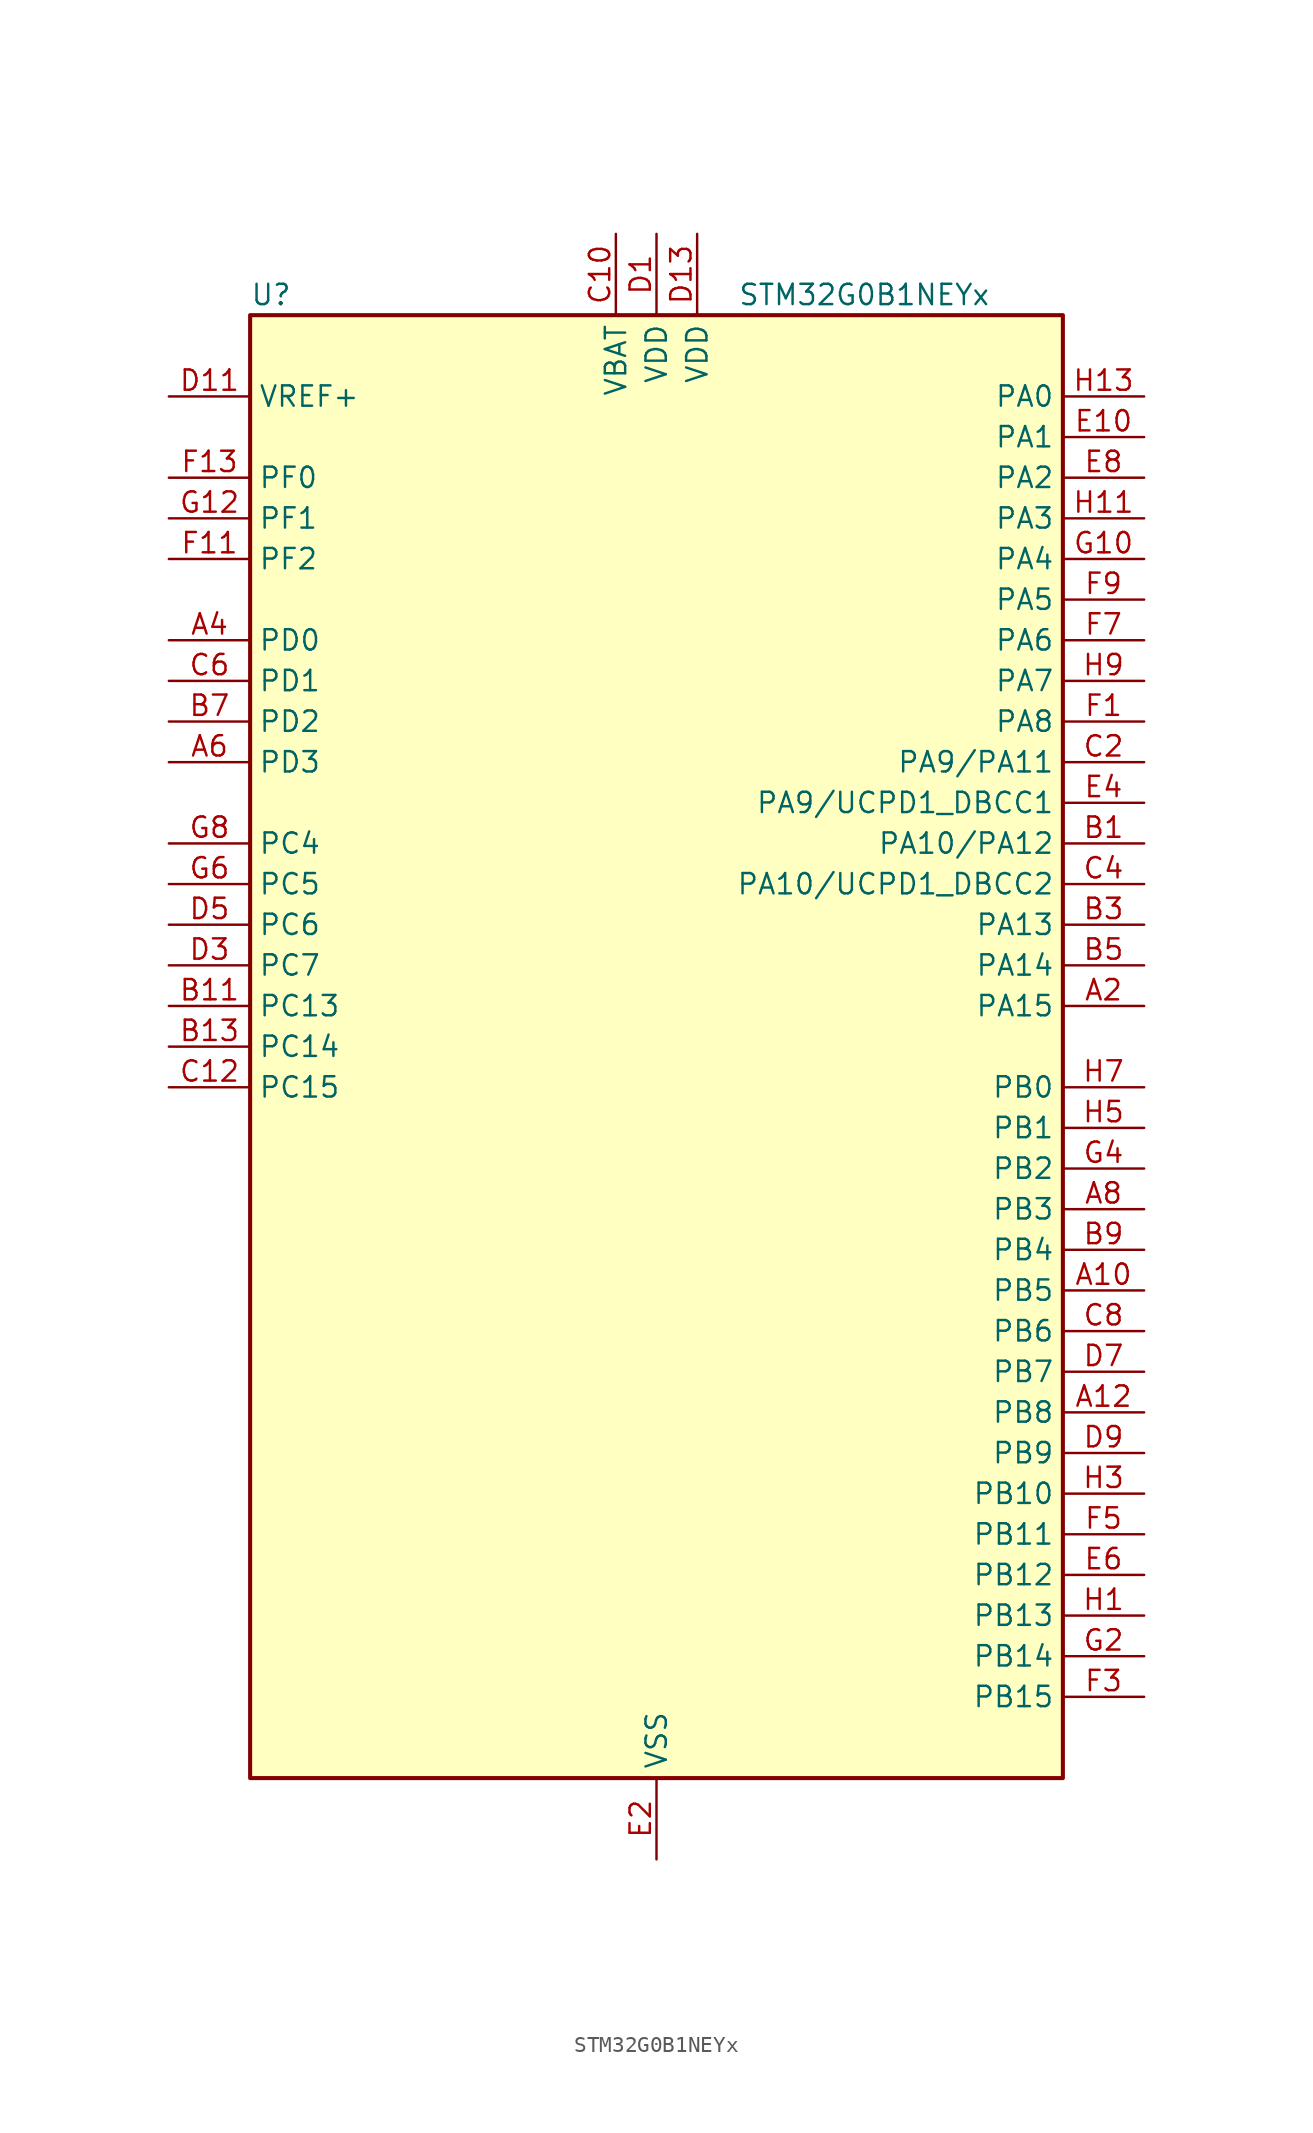
<source format=kicad_sym>
(kicad_symbol_lib
  (version 20241209)
  (generator "kicad_symbol_editor")
  (generator_version "9.0")
  (symbol "STM32G0B1NEYx"
    (property "Reference" "U"
      (at -25.4 46.99 0)
      (effects (font (size 1.27 1.27)) (justify left)))
    (property "Value" "STM32G0B1NEYx"
      (at 5.08 46.99 0)
      (effects (font (size 1.27 1.27)) (justify left)))
    (symbol "STM32G0B1NEYx_0_1"
      (rectangle (start -25.4 -45.72) (end 25.4 45.72) (stroke (width 0.254) (type default)) (fill (type background))))
    (symbol "STM32G0B1NEYx_1_1"
      (pin input line (at -30.48 40.64 0) (length 5.08) (name "VREF+" (effects (font (size 1.27 1.27)))) (number "D11" (effects (font (size 1.27 1.27)))) (alternate "VREFBUF_OUT" bidirectional line))
      (pin bidirectional line (at -30.48 35.56 0) (length 5.08) (name "PF0" (effects (font (size 1.27 1.27)))) (number "F13" (effects (font (size 1.27 1.27)))) (alternate "CRS1_SYNC" bidirectional line) (alternate "RCC_OSC_IN" bidirectional line) (alternate "TIM14_CH1" bidirectional line))
      (pin bidirectional line (at -30.48 33.02 0) (length 5.08) (name "PF1" (effects (font (size 1.27 1.27)))) (number "G12" (effects (font (size 1.27 1.27)))) (alternate "RCC_OSC_EN" bidirectional line) (alternate "RCC_OSC_OUT" bidirectional line) (alternate "TIM15_CH1N" bidirectional line))
      (pin bidirectional line (at -30.48 30.48 0) (length 5.08) (name "PF2" (effects (font (size 1.27 1.27)))) (number "F11" (effects (font (size 1.27 1.27)))) (alternate "LPUART2_DE" bidirectional line) (alternate "LPUART2_RTS" bidirectional line) (alternate "LPUART2_TX" bidirectional line) (alternate "RCC_MCO" bidirectional line))
      (pin bidirectional line (at -30.48 25.4 0) (length 5.08) (name "PD0" (effects (font (size 1.27 1.27)))) (number "A4" (effects (font (size 1.27 1.27)))) (alternate "FDCAN1_RX" bidirectional line) (alternate "I2S2_WS" bidirectional line) (alternate "SPI2_NSS" bidirectional line) (alternate "TIM16_CH1" bidirectional line) (alternate "UCPD2_CC1" bidirectional line))
      (pin bidirectional line (at -30.48 22.86 0) (length 5.08) (name "PD1" (effects (font (size 1.27 1.27)))) (number "C6" (effects (font (size 1.27 1.27)))) (alternate "FDCAN1_TX" bidirectional line) (alternate "I2S2_CK" bidirectional line) (alternate "SPI2_SCK" bidirectional line) (alternate "TIM17_CH1" bidirectional line) (alternate "UCPD2_DBCC1" bidirectional line))
      (pin bidirectional line (at -30.48 20.32 0) (length 5.08) (name "PD2" (effects (font (size 1.27 1.27)))) (number "B7" (effects (font (size 1.27 1.27)))) (alternate "TIM1_CH1N" bidirectional line) (alternate "TIM3_ETR" bidirectional line) (alternate "UCPD2_CC2" bidirectional line) (alternate "USART3_CK" bidirectional line) (alternate "USART3_DE" bidirectional line) (alternate "USART3_RTS" bidirectional line) (alternate "USART5_RX" bidirectional line))
      (pin bidirectional line (at -30.48 17.78 0) (length 5.08) (name "PD3" (effects (font (size 1.27 1.27)))) (number "A6" (effects (font (size 1.27 1.27)))) (alternate "I2S2_MCK" bidirectional line) (alternate "SPI2_MISO" bidirectional line) (alternate "TIM1_CH2N" bidirectional line) (alternate "UCPD2_DBCC2" bidirectional line) (alternate "USART2_CTS" bidirectional line) (alternate "USART2_NSS" bidirectional line) (alternate "USART5_TX" bidirectional line))
      (pin bidirectional line (at -30.48 12.7 0) (length 5.08) (name "PC4" (effects (font (size 1.27 1.27)))) (number "G8" (effects (font (size 1.27 1.27)))) (alternate "ADC1_IN17" bidirectional line) (alternate "COMP1_INM" bidirectional line) (alternate "FDCAN1_RX" bidirectional line) (alternate "TIM2_CH1" bidirectional line) (alternate "TIM2_ETR" bidirectional line) (alternate "USART1_TX" bidirectional line) (alternate "USART3_TX" bidirectional line))
      (pin bidirectional line (at -30.48 10.16 0) (length 5.08) (name "PC5" (effects (font (size 1.27 1.27)))) (number "G6" (effects (font (size 1.27 1.27)))) (alternate "ADC1_IN18" bidirectional line) (alternate "COMP1_INP" bidirectional line) (alternate "FDCAN1_TX" bidirectional line) (alternate "SYS_WKUP5" bidirectional line) (alternate "TIM2_CH2" bidirectional line) (alternate "USART1_RX" bidirectional line) (alternate "USART3_RX" bidirectional line))
      (pin bidirectional line (at -30.48 7.62 0) (length 5.08) (name "PC6" (effects (font (size 1.27 1.27)))) (number "D5" (effects (font (size 1.27 1.27)))) (alternate "LPUART2_TX" bidirectional line) (alternate "TIM2_CH3" bidirectional line) (alternate "TIM3_CH1" bidirectional line) (alternate "UCPD1_FRSTX1" bidirectional line) (alternate "UCPD1_FRSTX2" bidirectional line))
      (pin bidirectional line (at -30.48 5.08 0) (length 5.08) (name "PC7" (effects (font (size 1.27 1.27)))) (number "D3" (effects (font (size 1.27 1.27)))) (alternate "LPUART2_RX" bidirectional line) (alternate "TIM2_CH4" bidirectional line) (alternate "TIM3_CH2" bidirectional line) (alternate "UCPD2_FRSTX1" bidirectional line) (alternate "UCPD2_FRSTX2" bidirectional line))
      (pin bidirectional line (at -30.48 2.54 0) (length 5.08) (name "PC13" (effects (font (size 1.27 1.27)))) (number "B11" (effects (font (size 1.27 1.27)))) (alternate "RTC_OUT1" bidirectional line) (alternate "RTC_TAMP_IN1" bidirectional line) (alternate "RTC_TS" bidirectional line) (alternate "SYS_WKUP2" bidirectional line) (alternate "TIM1_BK" bidirectional line))
      (pin bidirectional line (at -30.48 0 0) (length 5.08) (name "PC14" (effects (font (size 1.27 1.27)))) (number "B13" (effects (font (size 1.27 1.27)))) (alternate "RCC_OSC32_IN" bidirectional line) (alternate "TIM1_BK2" bidirectional line))
      (pin bidirectional line (at -30.48 -2.54 0) (length 5.08) (name "PC15" (effects (font (size 1.27 1.27)))) (number "C12" (effects (font (size 1.27 1.27)))) (alternate "RCC_OSC32_EN" bidirectional line) (alternate "RCC_OSC32_OUT" bidirectional line) (alternate "RCC_OSC_EN" bidirectional line) (alternate "TIM15_BK" bidirectional line))
      (pin power_in line (at -2.54 50.8 270) (length 5.08) (name "VBAT" (effects (font (size 1.27 1.27)))) (number "C10" (effects (font (size 1.27 1.27)))))
      (pin power_in line (at 0 50.8 270) (length 5.08) (name "VDD" (effects (font (size 1.27 1.27)))) (number "D1" (effects (font (size 1.27 1.27)))))
      (pin passive line (at 0 -50.8 90) (length 5.08) (hide yes) (name "VSS" (effects (font (size 1.27 1.27)))) (number "E12" (effects (font (size 1.27 1.27)))))
      (pin power_in line (at 0 -50.8 90) (length 5.08) (name "VSS" (effects (font (size 1.27 1.27)))) (number "E2" (effects (font (size 1.27 1.27)))))
      (pin power_in line (at 2.54 50.8 270) (length 5.08) (name "VDD" (effects (font (size 1.27 1.27)))) (number "D13" (effects (font (size 1.27 1.27)))))
      (pin bidirectional line (at 30.48 40.64 180) (length 5.08) (name "PA0" (effects (font (size 1.27 1.27)))) (number "H13" (effects (font (size 1.27 1.27)))) (alternate "ADC1_IN0" bidirectional line) (alternate "COMP1_INM" bidirectional line) (alternate "COMP1_OUT" bidirectional line) (alternate "I2S2_CK" bidirectional line) (alternate "LPTIM1_OUT" bidirectional line) (alternate "RTC_TAMP_IN2" bidirectional line) (alternate "SPI2_SCK" bidirectional line) (alternate "SYS_WKUP1" bidirectional line) (alternate "TIM2_CH1" bidirectional line) (alternate "TIM2_ETR" bidirectional line) (alternate "UCPD2_FRSTX1" bidirectional line) (alternate "UCPD2_FRSTX2" bidirectional line) (alternate "USART2_CTS" bidirectional line) (alternate "USART2_NSS" bidirectional line) (alternate "USART4_TX" bidirectional line))
      (pin bidirectional line (at 30.48 38.1 180) (length 5.08) (name "PA1" (effects (font (size 1.27 1.27)))) (number "E10" (effects (font (size 1.27 1.27)))) (alternate "ADC1_IN1" bidirectional line) (alternate "COMP1_INP" bidirectional line) (alternate "I2C1_SMBA" bidirectional line) (alternate "I2S1_CK" bidirectional line) (alternate "SPI1_SCK" bidirectional line) (alternate "TIM15_CH1N" bidirectional line) (alternate "TIM2_CH2" bidirectional line) (alternate "USART2_CK" bidirectional line) (alternate "USART2_DE" bidirectional line) (alternate "USART2_RTS" bidirectional line) (alternate "USART4_RX" bidirectional line))
      (pin bidirectional line (at 30.48 35.56 180) (length 5.08) (name "PA2" (effects (font (size 1.27 1.27)))) (number "E8" (effects (font (size 1.27 1.27)))) (alternate "ADC1_IN2" bidirectional line) (alternate "COMP2_INM" bidirectional line) (alternate "COMP2_OUT" bidirectional line) (alternate "I2S1_SD" bidirectional line) (alternate "LPUART1_TX" bidirectional line) (alternate "RCC_LSCO" bidirectional line) (alternate "SPI1_MOSI" bidirectional line) (alternate "SYS_WKUP4" bidirectional line) (alternate "TIM15_CH1" bidirectional line) (alternate "TIM2_CH3" bidirectional line) (alternate "UCPD1_FRSTX1" bidirectional line) (alternate "UCPD1_FRSTX2" bidirectional line) (alternate "USART2_TX" bidirectional line))
      (pin bidirectional line (at 30.48 33.02 180) (length 5.08) (name "PA3" (effects (font (size 1.27 1.27)))) (number "H11" (effects (font (size 1.27 1.27)))) (alternate "ADC1_IN3" bidirectional line) (alternate "COMP2_INP" bidirectional line) (alternate "I2S2_MCK" bidirectional line) (alternate "LPUART1_RX" bidirectional line) (alternate "SPI2_MISO" bidirectional line) (alternate "TIM15_CH2" bidirectional line) (alternate "TIM2_CH4" bidirectional line) (alternate "UCPD2_FRSTX1" bidirectional line) (alternate "UCPD2_FRSTX2" bidirectional line) (alternate "USART2_RX" bidirectional line))
      (pin bidirectional line (at 30.48 30.48 180) (length 5.08) (name "PA4" (effects (font (size 1.27 1.27)))) (number "G10" (effects (font (size 1.27 1.27)))) (alternate "ADC1_IN4" bidirectional line) (alternate "DAC1_OUT1" bidirectional line) (alternate "I2S1_WS" bidirectional line) (alternate "I2S2_SD" bidirectional line) (alternate "LPTIM2_OUT" bidirectional line) (alternate "RTC_OUT2" bidirectional line) (alternate "SPI1_NSS" bidirectional line) (alternate "SPI2_MOSI" bidirectional line) (alternate "SPI3_NSS" bidirectional line) (alternate "TIM14_CH1" bidirectional line) (alternate "UCPD2_FRSTX1" bidirectional line) (alternate "UCPD2_FRSTX2" bidirectional line) (alternate "USART6_TX" bidirectional line) (alternate "USB_NOE" bidirectional line))
      (pin bidirectional line (at 30.48 27.94 180) (length 5.08) (name "PA5" (effects (font (size 1.27 1.27)))) (number "F9" (effects (font (size 1.27 1.27)))) (alternate "ADC1_IN5" bidirectional line) (alternate "CEC" bidirectional line) (alternate "DAC1_OUT2" bidirectional line) (alternate "I2S1_CK" bidirectional line) (alternate "LPTIM2_ETR" bidirectional line) (alternate "SPI1_SCK" bidirectional line) (alternate "TIM2_CH1" bidirectional line) (alternate "TIM2_ETR" bidirectional line) (alternate "UCPD1_FRSTX1" bidirectional line) (alternate "UCPD1_FRSTX2" bidirectional line) (alternate "USART3_TX" bidirectional line) (alternate "USART6_RX" bidirectional line))
      (pin bidirectional line (at 30.48 25.4 180) (length 5.08) (name "PA6" (effects (font (size 1.27 1.27)))) (number "F7" (effects (font (size 1.27 1.27)))) (alternate "ADC1_IN6" bidirectional line) (alternate "COMP1_OUT" bidirectional line) (alternate "I2C2_SDA" bidirectional line) (alternate "I2C3_SDA" bidirectional line) (alternate "I2S1_MCK" bidirectional line) (alternate "LPUART1_CTS" bidirectional line) (alternate "SPI1_MISO" bidirectional line) (alternate "TIM16_CH1" bidirectional line) (alternate "TIM1_BK" bidirectional line) (alternate "TIM3_CH1" bidirectional line) (alternate "USART3_CTS" bidirectional line) (alternate "USART3_NSS" bidirectional line) (alternate "USART6_CTS" bidirectional line) (alternate "USART6_NSS" bidirectional line))
      (pin bidirectional line (at 30.48 22.86 180) (length 5.08) (name "PA7" (effects (font (size 1.27 1.27)))) (number "H9" (effects (font (size 1.27 1.27)))) (alternate "ADC1_IN7" bidirectional line) (alternate "COMP2_OUT" bidirectional line) (alternate "I2C2_SCL" bidirectional line) (alternate "I2C3_SCL" bidirectional line) (alternate "I2S1_SD" bidirectional line) (alternate "SPI1_MOSI" bidirectional line) (alternate "TIM14_CH1" bidirectional line) (alternate "TIM17_CH1" bidirectional line) (alternate "TIM1_CH1N" bidirectional line) (alternate "TIM3_CH2" bidirectional line) (alternate "UCPD1_FRSTX1" bidirectional line) (alternate "UCPD1_FRSTX2" bidirectional line) (alternate "USART6_CK" bidirectional line) (alternate "USART6_DE" bidirectional line) (alternate "USART6_RTS" bidirectional line))
      (pin bidirectional line (at 30.48 20.32 180) (length 5.08) (name "PA8" (effects (font (size 1.27 1.27)))) (number "F1" (effects (font (size 1.27 1.27)))) (alternate "CRS1_SYNC" bidirectional line) (alternate "I2C2_SMBA" bidirectional line) (alternate "I2S2_WS" bidirectional line) (alternate "LPTIM2_OUT" bidirectional line) (alternate "RCC_MCO" bidirectional line) (alternate "SPI2_NSS" bidirectional line) (alternate "TIM1_CH1" bidirectional line) (alternate "UCPD1_CC1" bidirectional line))
      (pin bidirectional line (at 30.48 17.78 180) (length 5.08) (name "PA9/PA11" (effects (font (size 1.27 1.27)))) (number "C2" (effects (font (size 1.27 1.27)))) (alternate "ADC1_EXTI11 (PA11)" bidirectional line) (alternate "COMP1_OUT (PA11)" bidirectional line) (alternate "DAC1_EXTI9 (PA9)" bidirectional line) (alternate "FDCAN1_RX (PA11)" bidirectional line) (alternate "I2C1_SCL (PA9)" bidirectional line) (alternate "I2C2_SCL (PA11)" bidirectional line) (alternate "I2C2_SCL (PA9)" bidirectional line) (alternate "I2S1_MCK (PA11)" bidirectional line) (alternate "I2S2_MCK (PA9)" bidirectional line) (alternate "PA11" bidirectional line) (alternate "PA9" bidirectional line) (alternate "RCC_MCO (PA9)" bidirectional line) (alternate "SPI1_MISO (PA11)" bidirectional line) (alternate "SPI2_MISO (PA9)" bidirectional line) (alternate "TIM15_BK (PA9)" bidirectional line) (alternate "TIM1_BK2 (PA11)" bidirectional line) (alternate "TIM1_CH2 (PA9)" bidirectional line) (alternate "TIM1_CH4 (PA11)" bidirectional line) (alternate "UCPD1_DBCC1 (PA9)" bidirectional line) (alternate "USART1_CTS (PA11)" bidirectional line) (alternate "USART1_NSS (PA11)" bidirectional line) (alternate "USART1_TX (PA9)" bidirectional line) (alternate "USB_DM (PA11)" bidirectional line))
      (pin bidirectional line (at 30.48 15.24 180) (length 5.08) (name "PA9/UCPD1_DBCC1" (effects (font (size 1.27 1.27)))) (number "E4" (effects (font (size 1.27 1.27)))) (alternate "DAC1_EXTI9 (PA9)" bidirectional line) (alternate "I2C1_SCL (PA9)" bidirectional line) (alternate "I2C2_SCL (PA9)" bidirectional line) (alternate "I2S2_MCK (PA9)" bidirectional line) (alternate "PA9" bidirectional line) (alternate "RCC_MCO (PA9)" bidirectional line) (alternate "SPI2_MISO (PA9)" bidirectional line) (alternate "TIM15_BK (PA9)" bidirectional line) (alternate "TIM1_CH2 (PA9)" bidirectional line) (alternate "UCPD1_DBCC1" bidirectional line) (alternate "UCPD1_DBCC1 (PA9)" bidirectional line) (alternate "UCPD1_DBCC1 (UCPD1_DBCC1)" bidirectional line) (alternate "USART1_TX (PA9)" bidirectional line))
      (pin bidirectional line (at 30.48 12.7 180) (length 5.08) (name "PA10/PA12" (effects (font (size 1.27 1.27)))) (number "B1" (effects (font (size 1.27 1.27)))) (alternate "COMP2_OUT (PA12)" bidirectional line) (alternate "FDCAN1_TX (PA12)" bidirectional line) (alternate "I2C1_SDA (PA10)" bidirectional line) (alternate "I2C2_SDA (PA10)" bidirectional line) (alternate "I2C2_SDA (PA12)" bidirectional line) (alternate "I2S1_SD (PA12)" bidirectional line) (alternate "I2S2_SD (PA10)" bidirectional line) (alternate "I2S_CKIN (PA12)" bidirectional line) (alternate "PA10" bidirectional line) (alternate "PA12" bidirectional line) (alternate "RCC_MCO_2 (PA10)" bidirectional line) (alternate "SPI1_MOSI (PA12)" bidirectional line) (alternate "SPI2_MOSI (PA10)" bidirectional line) (alternate "TIM17_BK (PA10)" bidirectional line) (alternate "TIM1_CH3 (PA10)" bidirectional line) (alternate "TIM1_ETR (PA12)" bidirectional line) (alternate "UCPD1_DBCC2 (PA10)" bidirectional line) (alternate "USART1_CK (PA12)" bidirectional line) (alternate "USART1_DE (PA12)" bidirectional line) (alternate "USART1_RTS (PA12)" bidirectional line) (alternate "USART1_RX (PA10)" bidirectional line) (alternate "USB_DP (PA12)" bidirectional line))
      (pin bidirectional line (at 30.48 10.16 180) (length 5.08) (name "PA10/UCPD1_DBCC2" (effects (font (size 1.27 1.27)))) (number "C4" (effects (font (size 1.27 1.27)))) (alternate "I2C1_SDA (PA10)" bidirectional line) (alternate "I2C2_SDA (PA10)" bidirectional line) (alternate "I2S2_SD (PA10)" bidirectional line) (alternate "PA10" bidirectional line) (alternate "RCC_MCO_2 (PA10)" bidirectional line) (alternate "SPI2_MOSI (PA10)" bidirectional line) (alternate "TIM17_BK (PA10)" bidirectional line) (alternate "TIM1_CH3 (PA10)" bidirectional line) (alternate "UCPD1_DBCC2" bidirectional line) (alternate "UCPD1_DBCC2 (PA10)" bidirectional line) (alternate "UCPD1_DBCC2 (UCPD1_DBCC2)" bidirectional line) (alternate "USART1_RX (PA10)" bidirectional line))
      (pin bidirectional line (at 30.48 7.62 180) (length 5.08) (name "PA13" (effects (font (size 1.27 1.27)))) (number "B3" (effects (font (size 1.27 1.27)))) (alternate "IR_OUT" bidirectional line) (alternate "LPUART2_RX" bidirectional line) (alternate "SYS_SWDIO" bidirectional line) (alternate "USB_NOE" bidirectional line))
      (pin bidirectional line (at 30.48 5.08 180) (length 5.08) (name "PA14" (effects (font (size 1.27 1.27)))) (number "B5" (effects (font (size 1.27 1.27)))) (alternate "LPUART2_TX" bidirectional line) (alternate "SYS_SWCLK" bidirectional line) (alternate "USART2_TX" bidirectional line))
      (pin bidirectional line (at 30.48 2.54 180) (length 5.08) (name "PA15" (effects (font (size 1.27 1.27)))) (number "A2" (effects (font (size 1.27 1.27)))) (alternate "I2C2_SMBA" bidirectional line) (alternate "I2S1_WS" bidirectional line) (alternate "RCC_MCO_2" bidirectional line) (alternate "SPI1_NSS" bidirectional line) (alternate "SPI3_NSS" bidirectional line) (alternate "TIM2_CH1" bidirectional line) (alternate "TIM2_ETR" bidirectional line) (alternate "USART2_RX" bidirectional line) (alternate "USART3_CK" bidirectional line) (alternate "USART3_DE" bidirectional line) (alternate "USART3_RTS" bidirectional line) (alternate "USART4_CK" bidirectional line) (alternate "USART4_DE" bidirectional line) (alternate "USART4_RTS" bidirectional line) (alternate "USB_NOE" bidirectional line))
      (pin bidirectional line (at 30.48 -2.54 180) (length 5.08) (name "PB0" (effects (font (size 1.27 1.27)))) (number "H7" (effects (font (size 1.27 1.27)))) (alternate "ADC1_IN8" bidirectional line) (alternate "COMP1_OUT" bidirectional line) (alternate "COMP3_INP" bidirectional line) (alternate "FDCAN2_RX" bidirectional line) (alternate "I2S1_WS" bidirectional line) (alternate "LPTIM1_OUT" bidirectional line) (alternate "LPUART2_CTS" bidirectional line) (alternate "SPI1_NSS" bidirectional line) (alternate "TIM1_CH2N" bidirectional line) (alternate "TIM3_CH3" bidirectional line) (alternate "UCPD1_FRSTX1" bidirectional line) (alternate "UCPD1_FRSTX2" bidirectional line) (alternate "USART3_RX" bidirectional line) (alternate "USART5_TX" bidirectional line))
      (pin bidirectional line (at 30.48 -5.08 180) (length 5.08) (name "PB1" (effects (font (size 1.27 1.27)))) (number "H5" (effects (font (size 1.27 1.27)))) (alternate "ADC1_IN9" bidirectional line) (alternate "COMP1_INM" bidirectional line) (alternate "COMP3_OUT" bidirectional line) (alternate "FDCAN2_TX" bidirectional line) (alternate "LPTIM2_IN1" bidirectional line) (alternate "LPUART1_DE" bidirectional line) (alternate "LPUART1_RTS" bidirectional line) (alternate "LPUART2_DE" bidirectional line) (alternate "LPUART2_RTS" bidirectional line) (alternate "TIM14_CH1" bidirectional line) (alternate "TIM1_CH3N" bidirectional line) (alternate "TIM3_CH4" bidirectional line) (alternate "USART3_CK" bidirectional line) (alternate "USART3_DE" bidirectional line) (alternate "USART3_RTS" bidirectional line) (alternate "USART5_RX" bidirectional line))
      (pin bidirectional line (at 30.48 -7.62 180) (length 5.08) (name "PB2" (effects (font (size 1.27 1.27)))) (number "G4" (effects (font (size 1.27 1.27)))) (alternate "ADC1_IN10" bidirectional line) (alternate "COMP1_INP" bidirectional line) (alternate "COMP3_INM" bidirectional line) (alternate "I2S2_MCK" bidirectional line) (alternate "LPTIM1_OUT" bidirectional line) (alternate "RCC_MCO_2" bidirectional line) (alternate "SPI2_MISO" bidirectional line) (alternate "USART3_TX" bidirectional line))
      (pin bidirectional line (at 30.48 -10.16 180) (length 5.08) (name "PB3" (effects (font (size 1.27 1.27)))) (number "A8" (effects (font (size 1.27 1.27)))) (alternate "COMP2_INM" bidirectional line) (alternate "I2C2_SCL" bidirectional line) (alternate "I2C3_SCL" bidirectional line) (alternate "I2S1_CK" bidirectional line) (alternate "SPI1_SCK" bidirectional line) (alternate "SPI3_SCK" bidirectional line) (alternate "TIM1_CH2" bidirectional line) (alternate "TIM2_CH2" bidirectional line) (alternate "USART1_CK" bidirectional line) (alternate "USART1_DE" bidirectional line) (alternate "USART1_RTS" bidirectional line) (alternate "USART5_TX" bidirectional line))
      (pin bidirectional line (at 30.48 -12.7 180) (length 5.08) (name "PB4" (effects (font (size 1.27 1.27)))) (number "B9" (effects (font (size 1.27 1.27)))) (alternate "COMP2_INP" bidirectional line) (alternate "I2C2_SDA" bidirectional line) (alternate "I2C3_SDA" bidirectional line) (alternate "I2S1_MCK" bidirectional line) (alternate "SPI1_MISO" bidirectional line) (alternate "SPI3_MISO" bidirectional line) (alternate "TIM17_BK" bidirectional line) (alternate "TIM3_CH1" bidirectional line) (alternate "USART1_CTS" bidirectional line) (alternate "USART1_NSS" bidirectional line) (alternate "USART5_RX" bidirectional line))
      (pin bidirectional line (at 30.48 -15.24 180) (length 5.08) (name "PB5" (effects (font (size 1.27 1.27)))) (number "A10" (effects (font (size 1.27 1.27)))) (alternate "COMP2_OUT" bidirectional line) (alternate "FDCAN2_RX" bidirectional line) (alternate "I2C1_SMBA" bidirectional line) (alternate "I2S1_SD" bidirectional line) (alternate "LPTIM1_IN1" bidirectional line) (alternate "SPI1_MOSI" bidirectional line) (alternate "SPI3_MOSI" bidirectional line) (alternate "SYS_WKUP6" bidirectional line) (alternate "TIM16_BK" bidirectional line) (alternate "TIM3_CH2" bidirectional line) (alternate "USART5_CK" bidirectional line) (alternate "USART5_DE" bidirectional line) (alternate "USART5_RTS" bidirectional line))
      (pin bidirectional line (at 30.48 -17.78 180) (length 5.08) (name "PB6" (effects (font (size 1.27 1.27)))) (number "C8" (effects (font (size 1.27 1.27)))) (alternate "COMP2_INP" bidirectional line) (alternate "FDCAN2_TX" bidirectional line) (alternate "I2C1_SCL" bidirectional line) (alternate "I2S2_MCK" bidirectional line) (alternate "LPTIM1_ETR" bidirectional line) (alternate "LPUART2_TX" bidirectional line) (alternate "SPI2_MISO" bidirectional line) (alternate "TIM16_CH1N" bidirectional line) (alternate "TIM1_CH3" bidirectional line) (alternate "TIM4_CH1" bidirectional line) (alternate "USART1_TX" bidirectional line) (alternate "USART5_CTS" bidirectional line) (alternate "USART5_NSS" bidirectional line))
      (pin bidirectional line (at 30.48 -20.32 180) (length 5.08) (name "PB7" (effects (font (size 1.27 1.27)))) (number "D7" (effects (font (size 1.27 1.27)))) (alternate "COMP2_INM" bidirectional line) (alternate "I2C1_SDA" bidirectional line) (alternate "I2S2_SD" bidirectional line) (alternate "LPTIM1_IN2" bidirectional line) (alternate "LPUART2_RX" bidirectional line) (alternate "SPI2_MOSI" bidirectional line) (alternate "SYS_PVD_IN" bidirectional line) (alternate "TIM17_CH1N" bidirectional line) (alternate "TIM4_CH2" bidirectional line) (alternate "USART1_RX" bidirectional line) (alternate "USART4_CTS" bidirectional line) (alternate "USART4_NSS" bidirectional line))
      (pin bidirectional line (at 30.48 -22.86 180) (length 5.08) (name "PB8" (effects (font (size 1.27 1.27)))) (number "A12" (effects (font (size 1.27 1.27)))) (alternate "CEC" bidirectional line) (alternate "FDCAN1_RX" bidirectional line) (alternate "I2C1_SCL" bidirectional line) (alternate "I2S2_CK" bidirectional line) (alternate "SPI2_SCK" bidirectional line) (alternate "TIM15_BK" bidirectional line) (alternate "TIM16_CH1" bidirectional line) (alternate "TIM4_CH3" bidirectional line) (alternate "USART3_TX" bidirectional line) (alternate "USART6_TX" bidirectional line))
      (pin bidirectional line (at 30.48 -25.4 180) (length 5.08) (name "PB9" (effects (font (size 1.27 1.27)))) (number "D9" (effects (font (size 1.27 1.27)))) (alternate "DAC1_EXTI9" bidirectional line) (alternate "FDCAN1_TX" bidirectional line) (alternate "I2C1_SDA" bidirectional line) (alternate "I2S2_WS" bidirectional line) (alternate "IR_OUT" bidirectional line) (alternate "SPI2_NSS" bidirectional line) (alternate "TIM17_CH1" bidirectional line) (alternate "TIM4_CH4" bidirectional line) (alternate "UCPD2_FRSTX1" bidirectional line) (alternate "UCPD2_FRSTX2" bidirectional line) (alternate "USART3_RX" bidirectional line) (alternate "USART6_RX" bidirectional line))
      (pin bidirectional line (at 30.48 -27.94 180) (length 5.08) (name "PB10" (effects (font (size 1.27 1.27)))) (number "H3" (effects (font (size 1.27 1.27)))) (alternate "ADC1_IN11" bidirectional line) (alternate "CEC" bidirectional line) (alternate "COMP1_OUT" bidirectional line) (alternate "I2C2_SCL" bidirectional line) (alternate "I2S2_CK" bidirectional line) (alternate "LPUART1_RX" bidirectional line) (alternate "SPI2_SCK" bidirectional line) (alternate "TIM2_CH3" bidirectional line) (alternate "USART3_TX" bidirectional line))
      (pin bidirectional line (at 30.48 -30.48 180) (length 5.08) (name "PB11" (effects (font (size 1.27 1.27)))) (number "F5" (effects (font (size 1.27 1.27)))) (alternate "ADC1_EXTI11" bidirectional line) (alternate "ADC1_IN15" bidirectional line) (alternate "COMP2_OUT" bidirectional line) (alternate "I2C2_SDA" bidirectional line) (alternate "I2S2_SD" bidirectional line) (alternate "LPUART1_TX" bidirectional line) (alternate "SPI2_MOSI" bidirectional line) (alternate "TIM2_CH4" bidirectional line) (alternate "USART3_RX" bidirectional line))
      (pin bidirectional line (at 30.48 -33.02 180) (length 5.08) (name "PB12" (effects (font (size 1.27 1.27)))) (number "E6" (effects (font (size 1.27 1.27)))) (alternate "ADC1_IN16" bidirectional line) (alternate "FDCAN2_RX" bidirectional line) (alternate "I2C2_SMBA" bidirectional line) (alternate "I2S2_WS" bidirectional line) (alternate "LPUART1_DE" bidirectional line) (alternate "LPUART1_RTS" bidirectional line) (alternate "SPI2_NSS" bidirectional line) (alternate "TIM15_BK" bidirectional line) (alternate "TIM1_BK" bidirectional line) (alternate "UCPD2_FRSTX1" bidirectional line) (alternate "UCPD2_FRSTX2" bidirectional line))
      (pin bidirectional line (at 30.48 -35.56 180) (length 5.08) (name "PB13" (effects (font (size 1.27 1.27)))) (number "H1" (effects (font (size 1.27 1.27)))) (alternate "FDCAN2_TX" bidirectional line) (alternate "I2C2_SCL" bidirectional line) (alternate "I2S2_CK" bidirectional line) (alternate "LPUART1_CTS" bidirectional line) (alternate "SPI2_SCK" bidirectional line) (alternate "TIM15_CH1N" bidirectional line) (alternate "TIM1_CH1N" bidirectional line) (alternate "USART3_CTS" bidirectional line) (alternate "USART3_NSS" bidirectional line))
      (pin bidirectional line (at 30.48 -38.1 180) (length 5.08) (name "PB14" (effects (font (size 1.27 1.27)))) (number "G2" (effects (font (size 1.27 1.27)))) (alternate "I2C2_SDA" bidirectional line) (alternate "I2S2_MCK" bidirectional line) (alternate "SPI2_MISO" bidirectional line) (alternate "TIM15_CH1" bidirectional line) (alternate "TIM1_CH2N" bidirectional line) (alternate "UCPD1_FRSTX1" bidirectional line) (alternate "UCPD1_FRSTX2" bidirectional line) (alternate "USART3_CK" bidirectional line) (alternate "USART3_DE" bidirectional line) (alternate "USART3_RTS" bidirectional line) (alternate "USART6_CK" bidirectional line) (alternate "USART6_DE" bidirectional line) (alternate "USART6_RTS" bidirectional line))
      (pin bidirectional line (at 30.48 -40.64 180) (length 5.08) (name "PB15" (effects (font (size 1.27 1.27)))) (number "F3" (effects (font (size 1.27 1.27)))) (alternate "I2S2_SD" bidirectional line) (alternate "RTC_REFIN" bidirectional line) (alternate "SPI2_MOSI" bidirectional line) (alternate "TIM15_CH1N" bidirectional line) (alternate "TIM15_CH2" bidirectional line) (alternate "TIM1_CH3N" bidirectional line) (alternate "UCPD1_CC2" bidirectional line) (alternate "USART6_CTS" bidirectional line) (alternate "USART6_NSS" bidirectional line)))))
</source>
